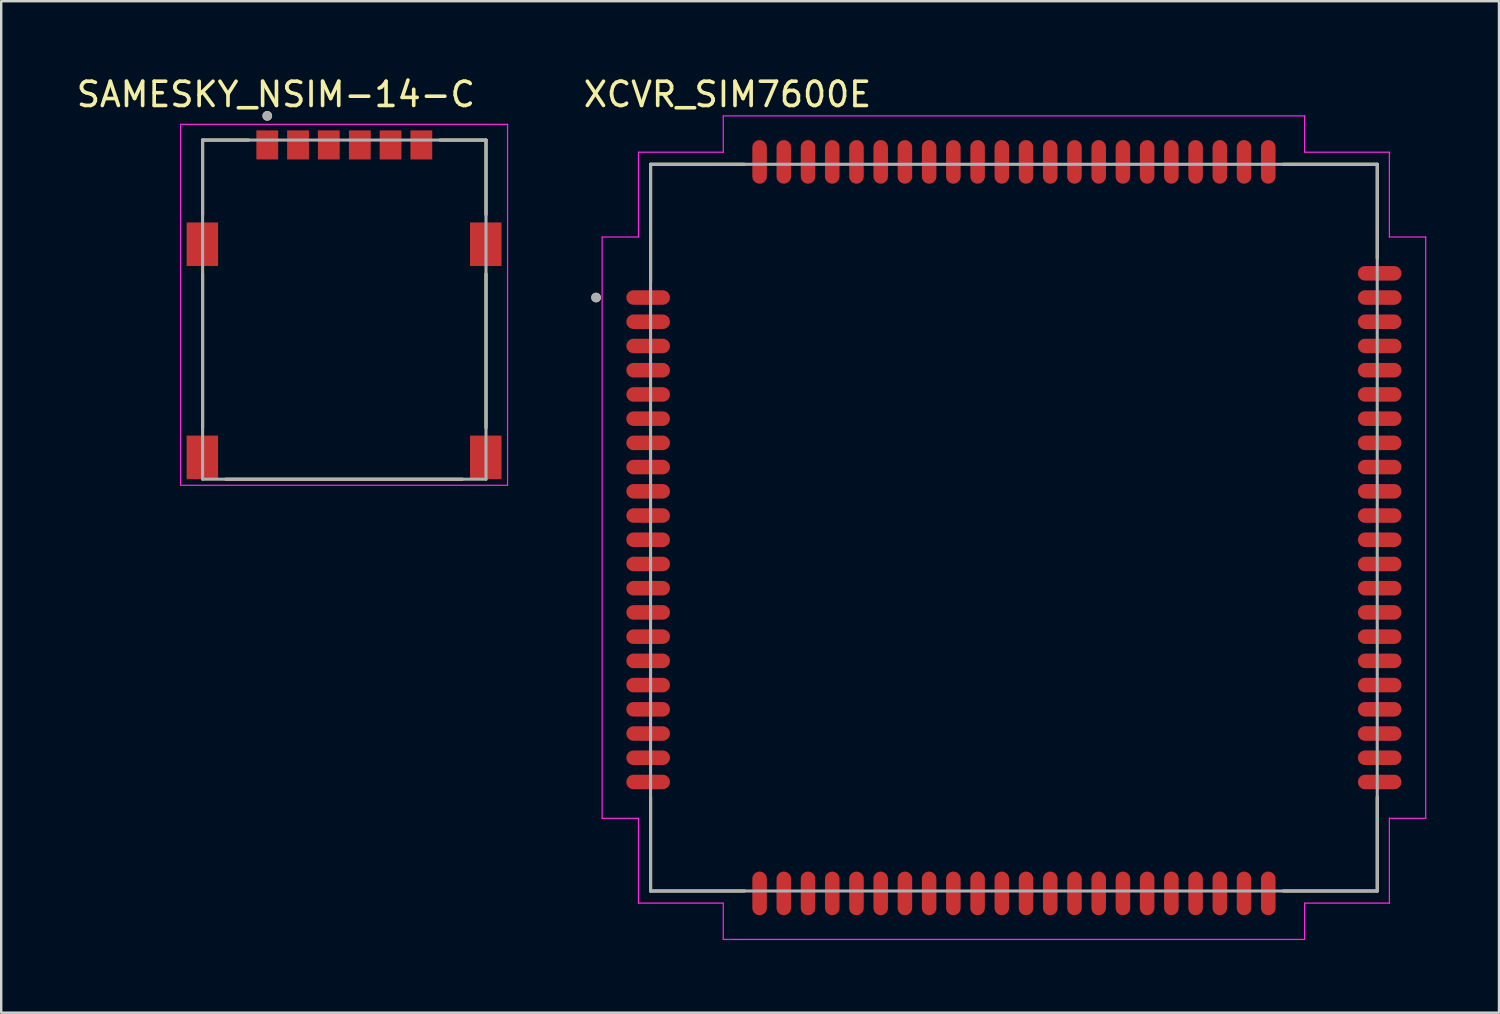
<source format=kicad_pcb>
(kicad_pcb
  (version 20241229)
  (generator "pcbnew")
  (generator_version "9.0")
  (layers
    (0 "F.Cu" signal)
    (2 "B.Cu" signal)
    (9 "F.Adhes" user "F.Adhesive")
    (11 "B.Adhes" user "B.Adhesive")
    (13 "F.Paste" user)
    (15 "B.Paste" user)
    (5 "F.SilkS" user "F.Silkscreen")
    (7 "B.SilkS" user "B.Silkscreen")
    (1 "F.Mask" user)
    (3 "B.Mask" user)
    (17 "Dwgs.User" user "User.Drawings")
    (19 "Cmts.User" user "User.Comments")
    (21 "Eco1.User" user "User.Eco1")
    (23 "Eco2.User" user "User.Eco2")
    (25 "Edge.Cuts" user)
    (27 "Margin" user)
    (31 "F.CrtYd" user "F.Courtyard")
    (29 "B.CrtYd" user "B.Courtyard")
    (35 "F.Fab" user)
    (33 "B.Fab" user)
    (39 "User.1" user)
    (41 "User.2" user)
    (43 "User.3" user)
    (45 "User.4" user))
  (footprint "SAMESKY_NSIM-14-C"
    (layer "F.Cu")
    (at 11.164 9.733)
    (property "Reference" "SAMESKY_NSIM-14-C" (at -2.825 -8.885 0) (layer "F.SilkS") (effects (font (size 1 1) (thickness 0.15))))
    (attr smd)
    (fp_line (start -5.85 -7) (end -3.95 -7) (stroke (width 0.127) (type solid)) (layer "F.SilkS"))
    (fp_line (start -5.85 -3.92) (end -5.85 -7) (stroke (width 0.127) (type solid)) (layer "F.SilkS"))
    (fp_line (start -5.85 4.88) (end -5.85 -1.48) (stroke (width 0.127) (type solid)) (layer "F.SilkS"))
    (fp_line (start 3.95 -7) (end 5.85 -7) (stroke (width 0.127) (type solid)) (layer "F.SilkS"))
    (fp_line (start 4.87 7) (end -4.89 7) (stroke (width 0.127) (type solid)) (layer "F.SilkS"))
    (fp_line (start 5.85 -7) (end 5.85 -3.92) (stroke (width 0.127) (type solid)) (layer "F.SilkS"))
    (fp_line (start 5.85 -1.48) (end 5.85 4.88) (stroke (width 0.127) (type solid)) (layer "F.SilkS"))
    (fp_circle (center -3.18 -8) (end -3.08 -8) (stroke (width 0.2) (type solid)) (fill no) (layer "F.SilkS"))
    (fp_line (start -6.76 -7.65) (end -6.76 7.25) (stroke (width 0.05) (type solid)) (layer "F.CrtYd"))
    (fp_line (start -6.76 7.25) (end 6.74 7.25) (stroke (width 0.05) (type solid)) (layer "F.CrtYd"))
    (fp_line (start 6.74 -7.65) (end -6.76 -7.65) (stroke (width 0.05) (type solid)) (layer "F.CrtYd"))
    (fp_line (start 6.74 7.25) (end 6.74 -7.65) (stroke (width 0.05) (type solid)) (layer "F.CrtYd"))
    (fp_line (start -5.85 -7) (end 5.85 -7) (stroke (width 0.127) (type solid)) (layer "F.Fab"))
    (fp_line (start -5.85 7) (end -5.85 -7) (stroke (width 0.127) (type solid)) (layer "F.Fab"))
    (fp_line (start 5.85 -7) (end 5.85 7) (stroke (width 0.127) (type solid)) (layer "F.Fab"))
    (fp_line (start 5.85 7) (end -5.85 7) (stroke (width 0.127) (type solid)) (layer "F.Fab"))
    (fp_circle (center -3.18 -8) (end -3.08 -8) (stroke (width 0.2) (type solid)) (fill no) (layer "F.Fab"))
    (pad "C1" smd rect (at -3.18 -6.8) (size 0.9 1.2) (layers "F.Cu" "F.Mask" "F.Paste"))
    (pad "C2" smd rect (at -0.64 -6.8) (size 0.9 1.2) (layers "F.Cu" "F.Mask" "F.Paste"))
    (pad "C3" smd rect (at 1.91 -6.8) (size 0.9 1.2) (layers "F.Cu" "F.Mask" "F.Paste"))
    (pad "C5" smd rect (at -1.91 -6.8) (size 0.9 1.2) (layers "F.Cu" "F.Mask" "F.Paste"))
    (pad "C6" smd rect (at 0.64 -6.8) (size 0.9 1.2) (layers "F.Cu" "F.Mask" "F.Paste"))
    (pad "C7" smd rect (at 3.18 -6.8) (size 0.9 1.2) (layers "F.Cu" "F.Mask" "F.Paste"))
    (pad "G1" smd rect (at -5.86 -2.7) (size 1.3 1.8) (layers "F.Cu" "F.Mask" "F.Paste"))
    (pad "G2" smd rect (at 5.84 -2.7) (size 1.3 1.8) (layers "F.Cu" "F.Mask" "F.Paste"))
    (pad "G3" smd rect (at -5.86 6.1) (size 1.3 1.8) (layers "F.Cu" "F.Mask" "F.Paste"))
    (pad "G4" smd rect (at 5.84 6.1) (size 1.3 1.8) (layers "F.Cu" "F.Mask" "F.Paste")))
  (footprint "XCVR_SIM7600E"
    (layer "F.Cu")
    (at 38.808 18.733)
    (property "Reference" "XCVR_SIM7600E" (at -11.825 -17.885 0) (layer "F.SilkS") (effects (font (size 1 1) (thickness 0.15))))
    (attr smd)
    (fp_line (start -15 -15) (end -11.12 -15) (stroke (width 0.127) (type solid)) (layer "F.SilkS"))
    (fp_line (start -15 -10.12) (end -15 -15) (stroke (width 0.127) (type solid)) (layer "F.SilkS"))
    (fp_line (start -15 15) (end -15 11.12) (stroke (width 0.127) (type solid)) (layer "F.SilkS"))
    (fp_line (start -11.12 15) (end -15 15) (stroke (width 0.127) (type solid)) (layer "F.SilkS"))
    (fp_line (start 11.12 -15) (end 15 -15) (stroke (width 0.127) (type solid)) (layer "F.SilkS"))
    (fp_line (start 15 -15) (end 15 -11.12) (stroke (width 0.127) (type solid)) (layer "F.SilkS"))
    (fp_line (start 15 15) (end 11.12 15) (stroke (width 0.127) (type solid)) (layer "F.SilkS"))
    (fp_line (start 15 15) (end 15 11.12) (stroke (width 0.127) (type solid)) (layer "F.SilkS"))
    (fp_circle (center -17.25 -9.5) (end -17.15 -9.5) (stroke (width 0.2) (type solid)) (fill no) (layer "F.SilkS"))
    (fp_line (start -17 -12) (end -15.5 -12) (stroke (width 0.05) (type solid)) (layer "F.CrtYd"))
    (fp_line (start -17 12) (end -17 -12) (stroke (width 0.05) (type solid)) (layer "F.CrtYd"))
    (fp_line (start -15.5 -15.5) (end -12 -15.5) (stroke (width 0.05) (type solid)) (layer "F.CrtYd"))
    (fp_line (start -15.5 -12) (end -15.5 -15.5) (stroke (width 0.05) (type solid)) (layer "F.CrtYd"))
    (fp_line (start -15.5 12) (end -17 12) (stroke (width 0.05) (type solid)) (layer "F.CrtYd"))
    (fp_line (start -15.5 15.5) (end -15.5 12) (stroke (width 0.05) (type solid)) (layer "F.CrtYd"))
    (fp_line (start -12 -17) (end 12 -17) (stroke (width 0.05) (type solid)) (layer "F.CrtYd"))
    (fp_line (start -12 -15.5) (end -12 -17) (stroke (width 0.05) (type solid)) (layer "F.CrtYd"))
    (fp_line (start -12 15.5) (end -15.5 15.5) (stroke (width 0.05) (type solid)) (layer "F.CrtYd"))
    (fp_line (start -12 17) (end -12 15.5) (stroke (width 0.05) (type solid)) (layer "F.CrtYd"))
    (fp_line (start 12 -17) (end 12 -15.5) (stroke (width 0.05) (type solid)) (layer "F.CrtYd"))
    (fp_line (start 12 -15.5) (end 15.5 -15.5) (stroke (width 0.05) (type solid)) (layer "F.CrtYd"))
    (fp_line (start 12 15.5) (end 12 17) (stroke (width 0.05) (type solid)) (layer "F.CrtYd"))
    (fp_line (start 12 17) (end -12 17) (stroke (width 0.05) (type solid)) (layer "F.CrtYd"))
    (fp_line (start 15.5 -15.5) (end 15.5 -12) (stroke (width 0.05) (type solid)) (layer "F.CrtYd"))
    (fp_line (start 15.5 -12) (end 17 -12) (stroke (width 0.05) (type solid)) (layer "F.CrtYd"))
    (fp_line (start 15.5 12) (end 15.5 15.5) (stroke (width 0.05) (type solid)) (layer "F.CrtYd"))
    (fp_line (start 15.5 15.5) (end 12 15.5) (stroke (width 0.05) (type solid)) (layer "F.CrtYd"))
    (fp_line (start 17 -12) (end 17 12) (stroke (width 0.05) (type solid)) (layer "F.CrtYd"))
    (fp_line (start 17 12) (end 15.5 12) (stroke (width 0.05) (type solid)) (layer "F.CrtYd"))
    (fp_line (start -15 -15) (end 15 -15) (stroke (width 0.127) (type solid)) (layer "F.Fab"))
    (fp_line (start -15 15) (end -15 -15) (stroke (width 0.127) (type solid)) (layer "F.Fab"))
    (fp_line (start 15 -15) (end 15 15) (stroke (width 0.127) (type solid)) (layer "F.Fab"))
    (fp_line (start 15 15) (end -15 15) (stroke (width 0.127) (type solid)) (layer "F.Fab"))
    (fp_circle (center -17.25 -9.5) (end -17.15 -9.5) (stroke (width 0.2) (type solid)) (fill no) (layer "F.Fab"))
    (pad "1" smd oval (at -15.1 -9.5) (size 1.8 0.6) (layers "F.Cu" "F.Mask" "F.Paste"))
    (pad "2" smd oval (at -15.1 -8.5) (size 1.8 0.6) (layers "F.Cu" "F.Mask" "F.Paste"))
    (pad "3" smd oval (at -15.1 -7.5) (size 1.8 0.6) (layers "F.Cu" "F.Mask" "F.Paste"))
    (pad "4" smd oval (at -15.1 -6.5) (size 1.8 0.6) (layers "F.Cu" "F.Mask" "F.Paste"))
    (pad "5" smd oval (at -15.1 -5.5) (size 1.8 0.6) (layers "F.Cu" "F.Mask" "F.Paste"))
    (pad "6" smd oval (at -15.1 -4.5) (size 1.8 0.6) (layers "F.Cu" "F.Mask" "F.Paste"))
    (pad "7" smd oval (at -15.1 -3.5) (size 1.8 0.6) (layers "F.Cu" "F.Mask" "F.Paste"))
    (pad "8" smd oval (at -15.1 -2.5) (size 1.8 0.6) (layers "F.Cu" "F.Mask" "F.Paste"))
    (pad "9" smd oval (at -15.1 -1.5) (size 1.8 0.6) (layers "F.Cu" "F.Mask" "F.Paste"))
    (pad "10" smd oval (at -15.1 -0.5) (size 1.8 0.6) (layers "F.Cu" "F.Mask" "F.Paste"))
    (pad "11" smd oval (at -15.1 0.5) (size 1.8 0.6) (layers "F.Cu" "F.Mask" "F.Paste"))
    (pad "12" smd oval (at -15.1 1.5) (size 1.8 0.6) (layers "F.Cu" "F.Mask" "F.Paste"))
    (pad "13" smd oval (at -15.1 2.5) (size 1.8 0.6) (layers "F.Cu" "F.Mask" "F.Paste"))
    (pad "14" smd oval (at -15.1 3.5) (size 1.8 0.6) (layers "F.Cu" "F.Mask" "F.Paste"))
    (pad "15" smd oval (at -15.1 4.5) (size 1.8 0.6) (layers "F.Cu" "F.Mask" "F.Paste"))
    (pad "16" smd oval (at -15.1 5.5) (size 1.8 0.6) (layers "F.Cu" "F.Mask" "F.Paste"))
    (pad "17" smd oval (at -15.1 6.5) (size 1.8 0.6) (layers "F.Cu" "F.Mask" "F.Paste"))
    (pad "18" smd oval (at -15.1 7.5) (size 1.8 0.6) (layers "F.Cu" "F.Mask" "F.Paste"))
    (pad "19" smd oval (at -15.1 8.5) (size 1.8 0.6) (layers "F.Cu" "F.Mask" "F.Paste"))
    (pad "20" smd oval (at -15.1 9.5) (size 1.8 0.6) (layers "F.Cu" "F.Mask" "F.Paste"))
    (pad "21" smd oval (at -9.5 15.1) (size 0.6 1.8) (layers "F.Cu" "F.Mask" "F.Paste"))
    (pad "22" smd oval (at -8.5 15.1) (size 0.6 1.8) (layers "F.Cu" "F.Mask" "F.Paste"))
    (pad "23" smd oval (at -7.5 15.1) (size 0.6 1.8) (layers "F.Cu" "F.Mask" "F.Paste"))
    (pad "24" smd oval (at -6.5 15.1) (size 0.6 1.8) (layers "F.Cu" "F.Mask" "F.Paste"))
    (pad "25" smd oval (at -5.5 15.1) (size 0.6 1.8) (layers "F.Cu" "F.Mask" "F.Paste"))
    (pad "26" smd oval (at -4.5 15.1) (size 0.6 1.8) (layers "F.Cu" "F.Mask" "F.Paste"))
    (pad "27" smd oval (at -3.5 15.1) (size 0.6 1.8) (layers "F.Cu" "F.Mask" "F.Paste"))
    (pad "28" smd oval (at -2.5 15.1) (size 0.6 1.8) (layers "F.Cu" "F.Mask" "F.Paste"))
    (pad "29" smd oval (at -1.5 15.1) (size 0.6 1.8) (layers "F.Cu" "F.Mask" "F.Paste"))
    (pad "30" smd oval (at -0.5 15.1) (size 0.6 1.8) (layers "F.Cu" "F.Mask" "F.Paste"))
    (pad "31" smd oval (at 0.5 15.1) (size 0.6 1.8) (layers "F.Cu" "F.Mask" "F.Paste"))
    (pad "32" smd oval (at 1.5 15.1) (size 0.6 1.8) (layers "F.Cu" "F.Mask" "F.Paste"))
    (pad "33" smd oval (at 2.5 15.1) (size 0.6 1.8) (layers "F.Cu" "F.Mask" "F.Paste"))
    (pad "34" smd oval (at 3.5 15.1) (size 0.6 1.8) (layers "F.Cu" "F.Mask" "F.Paste"))
    (pad "35" smd oval (at 4.5 15.1) (size 0.6 1.8) (layers "F.Cu" "F.Mask" "F.Paste"))
    (pad "36" smd oval (at 5.5 15.1) (size 0.6 1.8) (layers "F.Cu" "F.Mask" "F.Paste"))
    (pad "37" smd oval (at 6.5 15.1) (size 0.6 1.8) (layers "F.Cu" "F.Mask" "F.Paste"))
    (pad "38" smd oval (at 7.5 15.1) (size 0.6 1.8) (layers "F.Cu" "F.Mask" "F.Paste"))
    (pad "39" smd oval (at 8.5 15.1) (size 0.6 1.8) (layers "F.Cu" "F.Mask" "F.Paste"))
    (pad "40" smd oval (at 9.5 15.1) (size 0.6 1.8) (layers "F.Cu" "F.Mask" "F.Paste"))
    (pad "41" smd oval (at 15.1 9.5) (size 1.8 0.6) (layers "F.Cu" "F.Mask" "F.Paste"))
    (pad "42" smd oval (at 15.1 8.5) (size 1.8 0.6) (layers "F.Cu" "F.Mask" "F.Paste"))
    (pad "43" smd oval (at 15.1 7.5) (size 1.8 0.6) (layers "F.Cu" "F.Mask" "F.Paste"))
    (pad "44" smd oval (at 15.1 6.5) (size 1.8 0.6) (layers "F.Cu" "F.Mask" "F.Paste"))
    (pad "45" smd oval (at 15.1 5.5) (size 1.8 0.6) (layers "F.Cu" "F.Mask" "F.Paste"))
    (pad "46" smd oval (at 15.1 4.5) (size 1.8 0.6) (layers "F.Cu" "F.Mask" "F.Paste"))
    (pad "47" smd oval (at 15.1 3.5) (size 1.8 0.6) (layers "F.Cu" "F.Mask" "F.Paste"))
    (pad "48" smd oval (at 15.1 2.5) (size 1.8 0.6) (layers "F.Cu" "F.Mask" "F.Paste"))
    (pad "49" smd oval (at 15.1 1.5) (size 1.8 0.6) (layers "F.Cu" "F.Mask" "F.Paste"))
    (pad "50" smd oval (at 15.1 0.5) (size 1.8 0.6) (layers "F.Cu" "F.Mask" "F.Paste"))
    (pad "51" smd oval (at 15.1 -0.5) (size 1.8 0.6) (layers "F.Cu" "F.Mask" "F.Paste"))
    (pad "52" smd oval (at 15.1 -1.5) (size 1.8 0.6) (layers "F.Cu" "F.Mask" "F.Paste"))
    (pad "53" smd oval (at 15.1 -2.5) (size 1.8 0.6) (layers "F.Cu" "F.Mask" "F.Paste"))
    (pad "54" smd oval (at 15.1 -3.5) (size 1.8 0.6) (layers "F.Cu" "F.Mask" "F.Paste"))
    (pad "55" smd oval (at 15.1 -4.5) (size 1.8 0.6) (layers "F.Cu" "F.Mask" "F.Paste"))
    (pad "56" smd oval (at 15.1 -5.5) (size 1.8 0.6) (layers "F.Cu" "F.Mask" "F.Paste"))
    (pad "57" smd oval (at 15.1 -6.5) (size 1.8 0.6) (layers "F.Cu" "F.Mask" "F.Paste"))
    (pad "58" smd oval (at 15.1 -7.5) (size 1.8 0.6) (layers "F.Cu" "F.Mask" "F.Paste"))
    (pad "59" smd oval (at 15.1 -8.5) (size 1.8 0.6) (layers "F.Cu" "F.Mask" "F.Paste"))
    (pad "60" smd oval (at 15.1 -9.5) (size 1.8 0.6) (layers "F.Cu" "F.Mask" "F.Paste"))
    (pad "61" smd oval (at 9.5 -15.1) (size 0.6 1.8) (layers "F.Cu" "F.Mask" "F.Paste"))
    (pad "62" smd oval (at 8.5 -15.1) (size 0.6 1.8) (layers "F.Cu" "F.Mask" "F.Paste"))
    (pad "63" smd oval (at 7.5 -15.1) (size 0.6 1.8) (layers "F.Cu" "F.Mask" "F.Paste"))
    (pad "64" smd oval (at 6.5 -15.1) (size 0.6 1.8) (layers "F.Cu" "F.Mask" "F.Paste"))
    (pad "65" smd oval (at 5.5 -15.1) (size 0.6 1.8) (layers "F.Cu" "F.Mask" "F.Paste"))
    (pad "66" smd oval (at 4.5 -15.1) (size 0.6 1.8) (layers "F.Cu" "F.Mask" "F.Paste"))
    (pad "67" smd oval (at 3.5 -15.1) (size 0.6 1.8) (layers "F.Cu" "F.Mask" "F.Paste"))
    (pad "68" smd oval (at 2.5 -15.1) (size 0.6 1.8) (layers "F.Cu" "F.Mask" "F.Paste"))
    (pad "69" smd oval (at 1.5 -15.1) (size 0.6 1.8) (layers "F.Cu" "F.Mask" "F.Paste"))
    (pad "70" smd oval (at 0.5 -15.1) (size 0.6 1.8) (layers "F.Cu" "F.Mask" "F.Paste"))
    (pad "71" smd oval (at -0.5 -15.1) (size 0.6 1.8) (layers "F.Cu" "F.Mask" "F.Paste"))
    (pad "72" smd oval (at -1.5 -15.1) (size 0.6 1.8) (layers "F.Cu" "F.Mask" "F.Paste"))
    (pad "73" smd oval (at -2.5 -15.1) (size 0.6 1.8) (layers "F.Cu" "F.Mask" "F.Paste"))
    (pad "74" smd oval (at -3.5 -15.1) (size 0.6 1.8) (layers "F.Cu" "F.Mask" "F.Paste"))
    (pad "75" smd oval (at -4.5 -15.1) (size 0.6 1.8) (layers "F.Cu" "F.Mask" "F.Paste"))
    (pad "76" smd oval (at -5.5 -15.1) (size 0.6 1.8) (layers "F.Cu" "F.Mask" "F.Paste"))
    (pad "77" smd oval (at -6.5 -15.1) (size 0.6 1.8) (layers "F.Cu" "F.Mask" "F.Paste"))
    (pad "78" smd oval (at -7.5 -15.1) (size 0.6 1.8) (layers "F.Cu" "F.Mask" "F.Paste"))
    (pad "79" smd oval (at -8.5 -15.1) (size 0.6 1.8) (layers "F.Cu" "F.Mask" "F.Paste"))
    (pad "80" smd oval (at -9.5 -15.1) (size 0.6 1.8) (layers "F.Cu" "F.Mask" "F.Paste"))
    (pad "81" smd oval (at -15.1 10.5) (size 1.8 0.6) (layers "F.Cu" "F.Mask" "F.Paste"))
    (pad "82" smd oval (at 15.1 10.5) (size 1.8 0.6) (layers "F.Cu" "F.Mask" "F.Paste"))
    (pad "83" smd oval (at 10.5 15.1) (size 0.6 1.8) (layers "F.Cu" "F.Mask" "F.Paste"))
    (pad "84" smd oval (at -10.5 15.1) (size 0.6 1.8) (layers "F.Cu" "F.Mask" "F.Paste"))
    (pad "85" smd oval (at 15.1 -10.5) (size 1.8 0.6) (layers "F.Cu" "F.Mask" "F.Paste"))
    (pad "86" smd oval (at -10.5 -15.1) (size 0.6 1.8) (layers "F.Cu" "F.Mask" "F.Paste"))
    (pad "87" smd oval (at 10.5 -15.1) (size 0.6 1.8) (layers "F.Cu" "F.Mask" "F.Paste"))
    (zone (net_name "") (layer "F.Cu") (hatch full 0.508) (connect_pads) (min_thickness 0.01) (filled_areas_thickness no) (keepout (tracks not_allowed) (vias not_allowed) (pads not_allowed) (copperpour not_allowed) (footprints allowed)) (placement (enabled no)) (fill) (polygon (pts (xy 25.008 8.033) (xy 27.408 8.033) (xy 27.408 10.433) (xy 25.008 10.433))))
    (zone (net_name "") (layers "F.Cu" "B.Cu") (hatch full 0.508) (connect_pads) (min_thickness 0.01) (filled_areas_thickness no) (keepout (tracks allowed) (vias not_allowed) (pads allowed) (copperpour allowed) (footprints allowed)) (placement (enabled no)) (fill) (polygon (pts (xy 25.008 8.033) (xy 27.408 8.033) (xy 27.408 10.433) (xy 25.008 10.433)))))
  (gr_rect
    (start -3 -3)
    (end 58.833 38.758)
    (stroke (width 0.1) (type default))
    (fill no)
    (layer "Edge.Cuts")))
</source>
